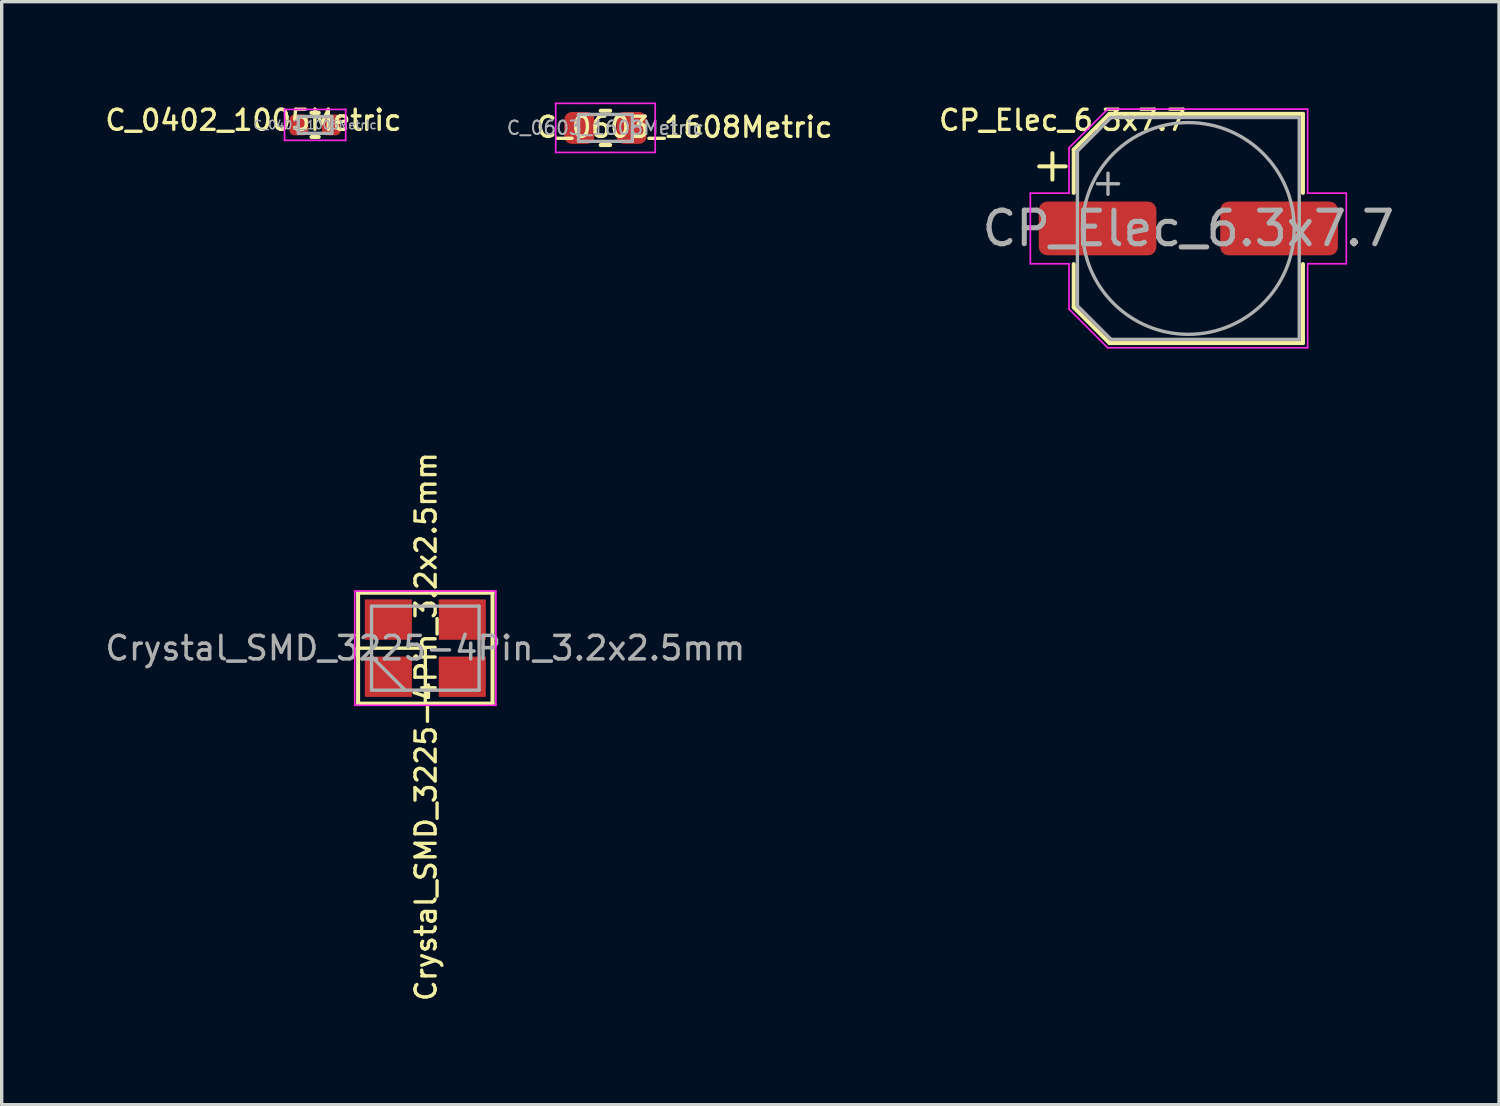
<source format=kicad_pcb>
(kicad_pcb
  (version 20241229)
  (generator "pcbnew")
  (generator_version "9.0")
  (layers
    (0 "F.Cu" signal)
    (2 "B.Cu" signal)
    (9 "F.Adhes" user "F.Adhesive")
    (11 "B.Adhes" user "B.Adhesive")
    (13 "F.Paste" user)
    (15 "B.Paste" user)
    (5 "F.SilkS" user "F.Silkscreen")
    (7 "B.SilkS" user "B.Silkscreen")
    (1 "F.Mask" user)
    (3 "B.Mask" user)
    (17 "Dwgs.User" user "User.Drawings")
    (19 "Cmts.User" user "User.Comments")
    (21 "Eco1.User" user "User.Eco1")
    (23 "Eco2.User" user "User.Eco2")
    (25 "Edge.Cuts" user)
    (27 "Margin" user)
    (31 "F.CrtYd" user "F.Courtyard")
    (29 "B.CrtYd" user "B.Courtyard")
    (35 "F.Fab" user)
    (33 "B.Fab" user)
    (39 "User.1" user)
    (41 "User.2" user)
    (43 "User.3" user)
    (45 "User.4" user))
  (footprint "Crystal_SMD_3225-4Pin_3.2x2.5mm"
    (layer "F.Cu")
    (at 9.604 16.234)
    (property "Reference" "Crystal_SMD_3225-4Pin_3.2x2.5mm" (at 0.02 2.335 270) (layer "F.SilkS") (effects (font (size 0.6 0.6) (thickness 0.1))))
    (attr smd)
    (fp_line (start -2 -1.65) (end -2 1.65) (stroke (width 0.12) (type solid)) (layer "F.SilkS"))
    (fp_line (start -2 0) (end 0 0) (stroke (width 0.1) (type default)) (layer "F.SilkS"))
    (fp_line (start -2 1.65) (end 2 1.65) (stroke (width 0.12) (type solid)) (layer "F.SilkS"))
    (fp_line (start 0 0.01) (end 0 1.65) (stroke (width 0.1) (type default)) (layer "F.SilkS"))
    (fp_line (start 2 -1.65) (end -2 -1.65) (stroke (width 0.12) (type solid)) (layer "F.SilkS"))
    (fp_line (start 2 1.65) (end 2 -1.65) (stroke (width 0.12) (type solid)) (layer "F.SilkS"))
    (fp_line (start -2.1 -1.7) (end -2.1 1.7) (stroke (width 0.05) (type solid)) (layer "F.CrtYd"))
    (fp_line (start -2.1 1.7) (end 2.1 1.7) (stroke (width 0.05) (type solid)) (layer "F.CrtYd"))
    (fp_line (start 2.1 -1.7) (end -2.1 -1.7) (stroke (width 0.05) (type solid)) (layer "F.CrtYd"))
    (fp_line (start 2.1 1.7) (end 2.1 -1.7) (stroke (width 0.05) (type solid)) (layer "F.CrtYd"))
    (fp_line (start -1.6 -1.25) (end -1.6 1.25) (stroke (width 0.1) (type solid)) (layer "F.Fab"))
    (fp_line (start -1.6 0.25) (end -0.6 1.25) (stroke (width 0.1) (type solid)) (layer "F.Fab"))
    (fp_line (start -1.6 1.25) (end 1.6 1.25) (stroke (width 0.1) (type solid)) (layer "F.Fab"))
    (fp_line (start 1.6 -1.25) (end -1.6 -1.25) (stroke (width 0.1) (type solid)) (layer "F.Fab"))
    (fp_line (start 1.6 1.25) (end 1.6 -1.25) (stroke (width 0.1) (type solid)) (layer "F.Fab"))
    (fp_text user "${REFERENCE}" (at 0 0 180) (layer "F.Fab") (effects (font (size 0.7 0.7) (thickness 0.105))))
    (pad "1" smd rect (at -1.1 0.85) (size 1.4 1.2) (layers "F.Cu" "F.Mask" "F.Paste"))
    (pad "2" smd rect (at 1.1 0.85) (size 1.4 1.2) (layers "F.Cu" "F.Mask" "F.Paste"))
    (pad "3" smd rect (at 1.1 -0.85) (size 1.4 1.2) (layers "F.Cu" "F.Mask" "F.Paste"))
    (pad "4" smd rect (at -1.1 -0.85) (size 1.4 1.2) (layers "F.Cu" "F.Mask" "F.Paste")))
  (footprint "C_0603_1608Metric"
    (layer "F.Cu")
    (at 14.963 0.755)
    (property "Reference" "C_0603_1608Metric" (at 2.35 -0.02 180) (layer "F.SilkS") (effects (font (size 0.6 0.6) (thickness 0.1))))
    (attr smd)
    (fp_line (start -0.141 -0.51) (end 0.141 -0.51) (stroke (width 0.12) (type solid)) (layer "F.SilkS"))
    (fp_line (start -0.141 0.51) (end 0.141 0.51) (stroke (width 0.12) (type solid)) (layer "F.SilkS"))
    (fp_line (start -1.48 -0.73) (end 1.48 -0.73) (stroke (width 0.05) (type solid)) (layer "F.CrtYd"))
    (fp_line (start -1.48 0.73) (end -1.48 -0.73) (stroke (width 0.05) (type solid)) (layer "F.CrtYd"))
    (fp_line (start 1.48 -0.73) (end 1.48 0.73) (stroke (width 0.05) (type solid)) (layer "F.CrtYd"))
    (fp_line (start 1.48 0.73) (end -1.48 0.73) (stroke (width 0.05) (type solid)) (layer "F.CrtYd"))
    (fp_line (start -0.8 -0.4) (end 0.8 -0.4) (stroke (width 0.1) (type solid)) (layer "F.Fab"))
    (fp_line (start -0.8 0.4) (end -0.8 -0.4) (stroke (width 0.1) (type solid)) (layer "F.Fab"))
    (fp_line (start 0.8 -0.4) (end 0.8 0.4) (stroke (width 0.1) (type solid)) (layer "F.Fab"))
    (fp_line (start 0.8 0.4) (end -0.8 0.4) (stroke (width 0.1) (type solid)) (layer "F.Fab"))
    (fp_text user "${REFERENCE}" (at 0 0 180) (layer "F.Fab") (effects (font (size 0.4 0.4) (thickness 0.06))))
    (pad "1" smd roundrect (at -0.775 0) (size 0.9 0.95) (layers "F.Cu" "F.Mask" "F.Paste") (roundrect_rratio 0.25))
    (pad "2" smd roundrect (at 0.775 0) (size 0.9 0.95) (layers "F.Cu" "F.Mask" "F.Paste") (roundrect_rratio 0.25)))
  (footprint "CP_Elec_6.3x7.7"
    (layer "F.Cu")
    (at 32.305 3.747)
    (property "Reference" "CP_Elec_6.3x7.7" (at -3.74 -3.22 0) (layer "F.SilkS") (effects (font (size 0.6 0.6) (thickness 0.1))))
    (attr smd)
    (fp_line (start -4.438 -1.847) (end -3.65 -1.847) (stroke (width 0.12) (type solid)) (layer "F.SilkS"))
    (fp_line (start -4.044 -2.241) (end -4.044 -1.454) (stroke (width 0.12) (type solid)) (layer "F.SilkS"))
    (fp_line (start -3.41 -2.346) (end -3.41 -1.06) (stroke (width 0.12) (type solid)) (layer "F.SilkS"))
    (fp_line (start -3.41 -2.346) (end -2.346 -3.41) (stroke (width 0.12) (type solid)) (layer "F.SilkS"))
    (fp_line (start -3.41 2.346) (end -3.41 1.06) (stroke (width 0.12) (type solid)) (layer "F.SilkS"))
    (fp_line (start -3.41 2.346) (end -2.346 3.41) (stroke (width 0.12) (type solid)) (layer "F.SilkS"))
    (fp_line (start -2.346 -3.41) (end 3.41 -3.41) (stroke (width 0.12) (type solid)) (layer "F.SilkS"))
    (fp_line (start -2.346 3.41) (end 3.41 3.41) (stroke (width 0.12) (type solid)) (layer "F.SilkS"))
    (fp_line (start 3.41 -3.41) (end 3.41 -1.06) (stroke (width 0.12) (type solid)) (layer "F.SilkS"))
    (fp_line (start 3.41 3.41) (end 3.41 1.06) (stroke (width 0.12) (type solid)) (layer "F.SilkS"))
    (fp_line (start -4.7 -1.05) (end -4.7 1.05) (stroke (width 0.05) (type solid)) (layer "F.CrtYd"))
    (fp_line (start -4.7 1.05) (end -3.55 1.05) (stroke (width 0.05) (type solid)) (layer "F.CrtYd"))
    (fp_line (start -3.55 -2.4) (end -3.55 -1.05) (stroke (width 0.05) (type solid)) (layer "F.CrtYd"))
    (fp_line (start -3.55 -2.4) (end -2.4 -3.55) (stroke (width 0.05) (type solid)) (layer "F.CrtYd"))
    (fp_line (start -3.55 -1.05) (end -4.7 -1.05) (stroke (width 0.05) (type solid)) (layer "F.CrtYd"))
    (fp_line (start -3.55 1.05) (end -3.55 2.4) (stroke (width 0.05) (type solid)) (layer "F.CrtYd"))
    (fp_line (start -3.55 2.4) (end -2.4 3.55) (stroke (width 0.05) (type solid)) (layer "F.CrtYd"))
    (fp_line (start -2.4 -3.55) (end 3.55 -3.55) (stroke (width 0.05) (type solid)) (layer "F.CrtYd"))
    (fp_line (start -2.4 3.55) (end 3.55 3.55) (stroke (width 0.05) (type solid)) (layer "F.CrtYd"))
    (fp_line (start 3.55 -3.55) (end 3.55 -1.05) (stroke (width 0.05) (type solid)) (layer "F.CrtYd"))
    (fp_line (start 3.55 -1.05) (end 4.7 -1.05) (stroke (width 0.05) (type solid)) (layer "F.CrtYd"))
    (fp_line (start 3.55 1.05) (end 3.55 3.55) (stroke (width 0.05) (type solid)) (layer "F.CrtYd"))
    (fp_line (start 4.7 -1.05) (end 4.7 1.05) (stroke (width 0.05) (type solid)) (layer "F.CrtYd"))
    (fp_line (start 4.7 1.05) (end 3.55 1.05) (stroke (width 0.05) (type solid)) (layer "F.CrtYd"))
    (fp_line (start -3.3 -2.3) (end -3.3 2.3) (stroke (width 0.1) (type solid)) (layer "F.Fab"))
    (fp_line (start -3.3 -2.3) (end -2.3 -3.3) (stroke (width 0.1) (type solid)) (layer "F.Fab"))
    (fp_line (start -3.3 2.3) (end -2.3 3.3) (stroke (width 0.1) (type solid)) (layer "F.Fab"))
    (fp_line (start -2.705 -1.33) (end -2.075 -1.33) (stroke (width 0.1) (type solid)) (layer "F.Fab"))
    (fp_line (start -2.39 -1.645) (end -2.39 -1.015) (stroke (width 0.1) (type solid)) (layer "F.Fab"))
    (fp_line (start -2.3 -3.3) (end 3.3 -3.3) (stroke (width 0.1) (type solid)) (layer "F.Fab"))
    (fp_line (start -2.3 3.3) (end 3.3 3.3) (stroke (width 0.1) (type solid)) (layer "F.Fab"))
    (fp_line (start 3.3 -3.3) (end 3.3 3.3) (stroke (width 0.1) (type solid)) (layer "F.Fab"))
    (fp_circle (center 0 0) (end 3.15 0) (stroke (width 0.1) (type solid)) (fill no) (layer "F.Fab"))
    (fp_text user "${REFERENCE}" (at 0 0 0) (layer "F.Fab") (effects (font (size 1 1) (thickness 0.15))))
    (pad "1" smd roundrect (at -2.7 0) (size 3.5 1.6) (layers "F.Cu" "F.Mask" "F.Paste") (roundrect_rratio 0.156))
    (pad "2" smd roundrect (at 2.7 0) (size 3.5 1.6) (layers "F.Cu" "F.Mask" "F.Paste") (roundrect_rratio 0.156)))
  (footprint "C_0402_1005Metric"
    (layer "F.Cu")
    (at 6.325 0.666)
    (property "Reference" "C_0402_1005Metric" (at -1.835 -0.14 180) (layer "F.SilkS") (effects (font (size 0.6 0.6) (thickness 0.1))))
    (attr smd)
    (fp_line (start -0.108 -0.36) (end 0.108 -0.36) (stroke (width 0.12) (type solid)) (layer "F.SilkS"))
    (fp_line (start -0.108 0.36) (end 0.108 0.36) (stroke (width 0.12) (type solid)) (layer "F.SilkS"))
    (fp_line (start -0.91 -0.46) (end 0.91 -0.46) (stroke (width 0.05) (type solid)) (layer "F.CrtYd"))
    (fp_line (start -0.91 0.46) (end -0.91 -0.46) (stroke (width 0.05) (type solid)) (layer "F.CrtYd"))
    (fp_line (start 0.91 -0.46) (end 0.91 0.46) (stroke (width 0.05) (type solid)) (layer "F.CrtYd"))
    (fp_line (start 0.91 0.46) (end -0.91 0.46) (stroke (width 0.05) (type solid)) (layer "F.CrtYd"))
    (fp_line (start -0.5 -0.25) (end 0.5 -0.25) (stroke (width 0.1) (type solid)) (layer "F.Fab"))
    (fp_line (start -0.5 0.25) (end -0.5 -0.25) (stroke (width 0.1) (type solid)) (layer "F.Fab"))
    (fp_line (start 0.5 -0.25) (end 0.5 0.25) (stroke (width 0.1) (type solid)) (layer "F.Fab"))
    (fp_line (start 0.5 0.25) (end -0.5 0.25) (stroke (width 0.1) (type solid)) (layer "F.Fab"))
    (fp_text user "${REFERENCE}" (at 0 0 180) (layer "F.Fab") (effects (font (size 0.25 0.25) (thickness 0.04))))
    (pad "1" smd roundrect (at -0.48 0) (size 0.56 0.62) (layers "F.Cu" "F.Mask" "F.Paste") (roundrect_rratio 0.25))
    (pad "2" smd roundrect (at 0.48 0) (size 0.56 0.62) (layers "F.Cu" "F.Mask" "F.Paste") (roundrect_rratio 0.25)))
  (gr_rect
    (start -3 -3)
    (end 41.549 29.816)
    (stroke (width 0.1) (type default))
    (fill no)
    (layer "Edge.Cuts")))
</source>
